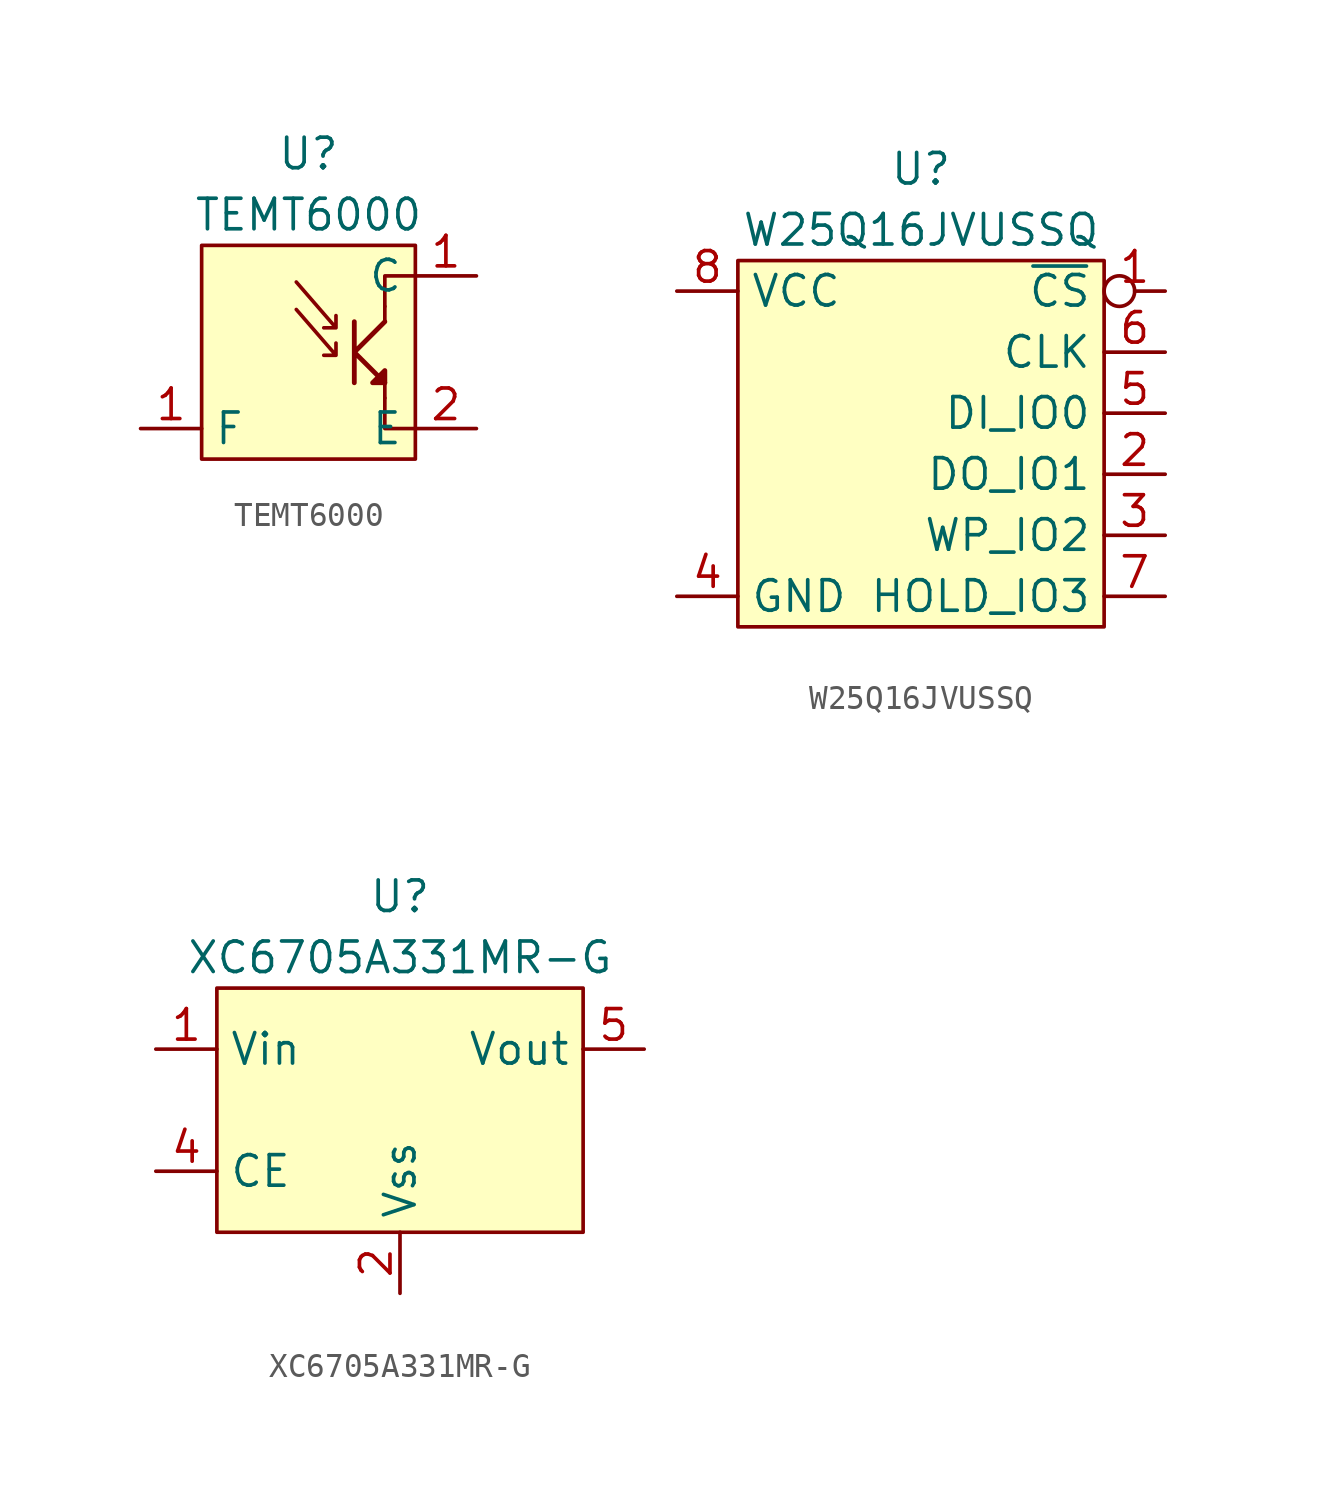
<source format=kicad_sym>
(kicad_symbol_lib
  (version 20211014)
  (generator kicad_symbol_editor)
  (symbol "TEMT6000"
    (property "Reference" "U"
      (at 1.905 10.16 0)
      (effects (font (size 1.27 1.27))))
    (property "Value" "TEMT6000"
      (at 1.905 7.62 0)
      (effects (font (size 1.27 1.27))))
    (symbol "TEMT6000_0_1"
      (rectangle (start -2.54 6.35) (end 6.35 -2.54) (stroke (width 0.152) (type default) (color 0 0 0 0)) (fill (type background)))
      (polyline (pts (xy 5.08 0) (xy 5.08 0.635)) (stroke (width 0.152) (type default) (color 0 0 0 0)) (fill (type none)))
      (polyline (pts (xy 5.08 3.175) (xy 5.08 3.81)) (stroke (width 0.152) (type default) (color 0 0 0 0)) (fill (type none)))
      (polyline (pts (xy 6.35 -1.27) (xy 5.08 -1.27) (xy 5.08 0)) (stroke (width 0.152) (type default) (color 0 0 0 0)) (fill (type none)))
      (polyline (pts (xy 6.35 5.08) (xy 5.08 5.08) (xy 5.08 3.81)) (stroke (width 0.152) (type default) (color 0 0 0 0)) (fill (type none)))
      (polyline (pts (xy 5.08 0.635) (xy 5.08 1.143) (xy 4.572 0.635) (xy 5.08 0.635)) (stroke (width 0.2) (type default) (color 0 0 0 0)) (fill (type outline)))
      (polyline (pts (xy 1.397 3.683) (xy 3.048 1.778) (xy 3.048 2.286) (xy 3.048 1.778) (xy 2.54 1.778) (xy 3.048 1.778)) (stroke (width 0.152) (type default) (color 0 0 0 0)) (fill (type none)))
      (polyline (pts (xy 1.397 4.826) (xy 3.048 2.921) (xy 3.048 3.429) (xy 3.048 2.921) (xy 2.54 2.921) (xy 3.048 2.921)) (stroke (width 0.152) (type default) (color 0 0 0 0)) (fill (type none)))
      (polyline (pts (xy 3.81 0.635) (xy 3.81 3.175) (xy 3.81 1.905) (xy 5.08 3.175) (xy 3.81 1.905) (xy 5.08 0.635) (xy 3.81 1.905)) (stroke (width 0.2) (type default) (color 0 0 0 0)) (fill (type none))))
    (symbol "TEMT6000_1_1"
      (pin passive line (at 8.89 5.08 180) (length 2.54) (name "C" (effects (font (size 1.27 1.27)))) (number "1" (effects (font (size 1.27 1.27)))))
      (pin passive line (at -5.08 -1.27 0) (length 2.54) (name "F" (effects (font (size 1.27 1.27)))) (number "1" (effects (font (size 1.27 1.27)))))
      (pin passive line (at 8.89 -1.27 180) (length 2.54) (name "E" (effects (font (size 1.27 1.27)))) (number "2" (effects (font (size 1.27 1.27)))))))
  (symbol "W25Q16JVUSSQ"
    (property "Reference" "U"
      (at 7.62 5.08 0)
      (effects (font (size 1.27 1.27))))
    (property "Value" "W25Q16JVUSSQ"
      (at 7.62 2.54 0)
      (effects (font (size 1.27 1.27))))
    (symbol "W25Q16JVUSSQ_0_1"
      (rectangle (start 0 1.27) (end 15.24 -13.97) (stroke (width 0.152) (type default) (color 0 0 0 0)) (fill (type background))))
    (symbol "W25Q16JVUSSQ_1_1"
      (pin passive inverted (at 17.78 0 180) (length 2.54) (name "~{CS}" (effects (font (size 1.27 1.27)))) (number "1" (effects (font (size 1.27 1.27)))))
      (pin passive line (at 17.78 -7.62 180) (length 2.54) (name "DO_IO1" (effects (font (size 1.27 1.27)))) (number "2" (effects (font (size 1.27 1.27)))))
      (pin passive line (at 17.78 -10.16 180) (length 2.54) (name "WP_IO2" (effects (font (size 1.27 1.27)))) (number "3" (effects (font (size 1.27 1.27)))))
      (pin power_in line (at -2.54 -12.7 0) (length 2.54) (name "GND" (effects (font (size 1.27 1.27)))) (number "4" (effects (font (size 1.27 1.27)))))
      (pin passive line (at 17.78 -5.08 180) (length 2.54) (name "DI_IO0" (effects (font (size 1.27 1.27)))) (number "5" (effects (font (size 1.27 1.27)))))
      (pin passive line (at 17.78 -2.54 180) (length 2.54) (name "CLK" (effects (font (size 1.27 1.27)))) (number "6" (effects (font (size 1.27 1.27)))))
      (pin passive line (at 17.78 -12.7 180) (length 2.54) (name "HOLD_IO3" (effects (font (size 1.27 1.27)))) (number "7" (effects (font (size 1.27 1.27)))))
      (pin power_in line (at -2.54 0 0) (length 2.54) (name "VCC" (effects (font (size 1.27 1.27)))) (number "8" (effects (font (size 1.27 1.27)))))))
  (symbol "XC6705A331MR-G"
    (property "Reference" "U"
      (at 0 6.35 0)
      (effects (font (size 1.27 1.27))))
    (property "Value" "XC6705A331MR-G"
      (at 0 3.81 0)
      (effects (font (size 1.27 1.27))))
    (symbol "XC6705A331MR-G_0_1"
      (rectangle (start -7.62 2.54) (end 7.62 -7.62) (stroke (width 0.152) (type default) (color 0 0 0 0)) (fill (type background))))
    (symbol "XC6705A331MR-G_1_1"
      (pin power_in line (at -10.16 0 0) (length 2.54) (name "Vin" (effects (font (size 1.27 1.27)))) (number "1" (effects (font (size 1.27 1.27)))))
      (pin power_in line (at 0 -10.16 90) (length 2.54) (name "Vss" (effects (font (size 1.27 1.27)))) (number "2" (effects (font (size 1.27 1.27)))))
      (pin input line (at -10.16 -5.08 0) (length 2.54) (name "CE" (effects (font (size 1.27 1.27)))) (number "4" (effects (font (size 1.27 1.27)))))
      (pin power_out line (at 10.16 0 180) (length 2.54) (name "Vout" (effects (font (size 1.27 1.27)))) (number "5" (effects (font (size 1.27 1.27))))))))
</source>
